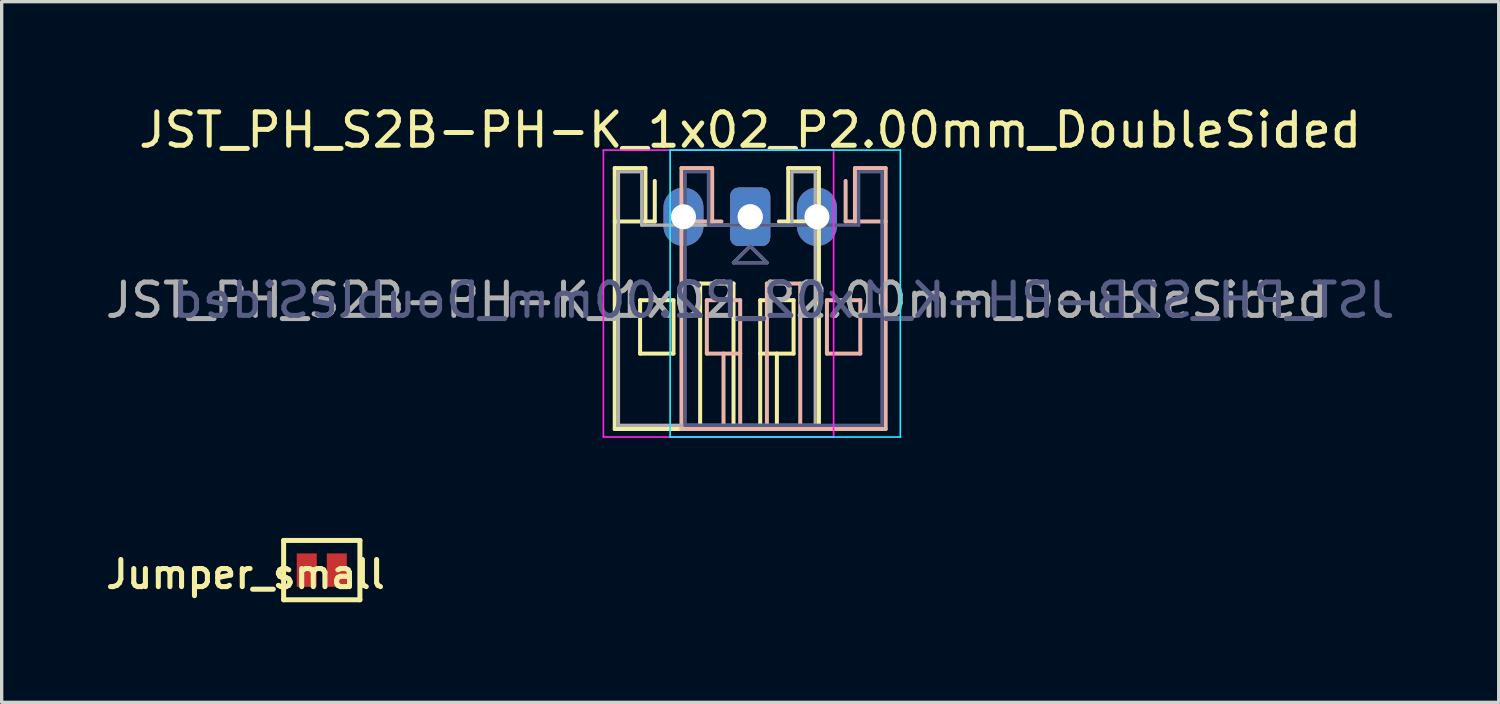
<source format=kicad_pcb>
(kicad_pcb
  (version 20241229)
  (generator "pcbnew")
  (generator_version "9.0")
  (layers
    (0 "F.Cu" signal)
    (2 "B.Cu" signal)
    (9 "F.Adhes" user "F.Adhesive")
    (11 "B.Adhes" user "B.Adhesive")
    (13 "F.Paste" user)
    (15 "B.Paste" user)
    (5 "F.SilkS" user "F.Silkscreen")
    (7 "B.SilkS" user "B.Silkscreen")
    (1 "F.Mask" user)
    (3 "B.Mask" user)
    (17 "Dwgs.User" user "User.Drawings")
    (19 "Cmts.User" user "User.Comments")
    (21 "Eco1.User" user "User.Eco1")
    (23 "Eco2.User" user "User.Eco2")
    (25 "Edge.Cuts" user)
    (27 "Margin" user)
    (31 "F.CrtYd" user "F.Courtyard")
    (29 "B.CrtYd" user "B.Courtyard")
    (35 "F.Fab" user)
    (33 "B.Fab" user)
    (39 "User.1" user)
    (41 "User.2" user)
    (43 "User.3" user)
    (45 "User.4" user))
  (footprint "Jumper_small"
    (layer "F.Cu")
    (at 6.594 14.037)
    (property "Reference" "Jumper_small" (at -2.286 0.127 0) (layer "F.SilkS") (effects (font (size 0.813 0.813) (thickness 0.152))))
    (attr smd)
    (fp_line (start -1.143 -0.889) (end 1.143 -0.889) (stroke (width 0.15) (type solid)) (layer "F.SilkS"))
    (fp_line (start -1.143 0.889) (end -1.143 -0.889) (stroke (width 0.15) (type solid)) (layer "F.SilkS"))
    (fp_line (start 1.143 -0.889) (end 1.143 0.889) (stroke (width 0.15) (type solid)) (layer "F.SilkS"))
    (fp_line (start 1.143 0.889) (end -1.143 0.889) (stroke (width 0.15) (type solid)) (layer "F.SilkS"))
    (pad "1" smd rect (at -0.45 0) (size 0.6 1) (layers "F.Cu" "F.Mask" "F.Paste"))
    (pad "2" smd rect (at 0.45 0) (size 0.6 1) (layers "F.Cu" "F.Mask" "F.Paste")))
  (footprint "JST_PH_S2B-PH-K_1x02_P2.00mm_DoubleSided"
    (layer "F.Cu")
    (at 19.435 3.348)
    (property "Reference" "JST_PH_S2B-PH-K_1x02_P2.00mm_DoubleSided" (at 0 -2.5 0) (layer "F.SilkS") (effects (font (size 1 1) (thickness 0.15))))
    (attr through_hole)
    (fp_line (start -4.06 -1.36) (end -4.06 6.46) (stroke (width 0.12) (type solid)) (layer "F.SilkS"))
    (fp_line (start -4.06 0.24) (end -3.14 0.24) (stroke (width 0.12) (type solid)) (layer "F.SilkS"))
    (fp_line (start -4.06 6.46) (end 2.06 6.46) (stroke (width 0.12) (type solid)) (layer "F.SilkS"))
    (fp_line (start -3.3 2.6) (end -3.3 4.2) (stroke (width 0.12) (type solid)) (layer "F.SilkS"))
    (fp_line (start -3.3 4.2) (end -2.3 4.2) (stroke (width 0.12) (type solid)) (layer "F.SilkS"))
    (fp_line (start -3.14 -1.36) (end -4.06 -1.36) (stroke (width 0.12) (type solid)) (layer "F.SilkS"))
    (fp_line (start -3.14 0.24) (end -3.14 -1.36) (stroke (width 0.12) (type solid)) (layer "F.SilkS"))
    (fp_line (start -2.86 0.24) (end -3.14 0.24) (stroke (width 0.12) (type solid)) (layer "F.SilkS"))
    (fp_line (start -2.86 0.24) (end -2.86 -0.975) (stroke (width 0.12) (type solid)) (layer "F.SilkS"))
    (fp_line (start -2.3 2.6) (end -3.3 2.6) (stroke (width 0.12) (type solid)) (layer "F.SilkS"))
    (fp_line (start -2.3 4.2) (end -2.3 2.6) (stroke (width 0.12) (type solid)) (layer "F.SilkS"))
    (fp_line (start -1.5 2.1) (end -0.5 2.1) (stroke (width 0.12) (type solid)) (layer "F.SilkS"))
    (fp_line (start -1.5 6.46) (end -1.5 2.1) (stroke (width 0.12) (type solid)) (layer "F.SilkS"))
    (fp_line (start -0.5 2.1) (end -0.5 6.46) (stroke (width 0.12) (type solid)) (layer "F.SilkS"))
    (fp_line (start 0.3 2.6) (end 1.3 2.6) (stroke (width 0.12) (type solid)) (layer "F.SilkS"))
    (fp_line (start 0.3 4.2) (end 0.3 2.6) (stroke (width 0.12) (type solid)) (layer "F.SilkS"))
    (fp_line (start 0.3 4.2) (end 0.3 6.46) (stroke (width 0.12) (type solid)) (layer "F.SilkS"))
    (fp_line (start 0.8 4.2) (end 0.8 6.46) (stroke (width 0.12) (type solid)) (layer "F.SilkS"))
    (fp_line (start 1.14 -1.36) (end 1.14 0.24) (stroke (width 0.12) (type solid)) (layer "F.SilkS"))
    (fp_line (start 1.14 0.24) (end 0.86 0.24) (stroke (width 0.12) (type solid)) (layer "F.SilkS"))
    (fp_line (start 1.3 2.6) (end 1.3 4.2) (stroke (width 0.12) (type solid)) (layer "F.SilkS"))
    (fp_line (start 1.3 4.2) (end 0.3 4.2) (stroke (width 0.12) (type solid)) (layer "F.SilkS"))
    (fp_line (start 2.06 -1.36) (end 1.14 -1.36) (stroke (width 0.12) (type solid)) (layer "F.SilkS"))
    (fp_line (start 2.06 0.24) (end 1.14 0.24) (stroke (width 0.12) (type solid)) (layer "F.SilkS"))
    (fp_line (start 2.06 6.46) (end 2.06 -1.36) (stroke (width 0.12) (type solid)) (layer "F.SilkS"))
    (fp_line (start -2.06 -1.36) (end -1.14 -1.36) (stroke (width 0.12) (type solid)) (layer "B.SilkS"))
    (fp_line (start -2.06 0.24) (end -1.14 0.24) (stroke (width 0.12) (type solid)) (layer "B.SilkS"))
    (fp_line (start -2.06 6.46) (end -2.06 -1.36) (stroke (width 0.12) (type solid)) (layer "B.SilkS"))
    (fp_line (start -1.3 2.6) (end -1.3 4.2) (stroke (width 0.12) (type solid)) (layer "B.SilkS"))
    (fp_line (start -1.3 4.2) (end -0.3 4.2) (stroke (width 0.12) (type solid)) (layer "B.SilkS"))
    (fp_line (start -1.14 -1.36) (end -1.14 0.24) (stroke (width 0.12) (type solid)) (layer "B.SilkS"))
    (fp_line (start -1.14 0.24) (end -0.86 0.24) (stroke (width 0.12) (type solid)) (layer "B.SilkS"))
    (fp_line (start -0.8 4.2) (end -0.8 6.46) (stroke (width 0.12) (type solid)) (layer "B.SilkS"))
    (fp_line (start -0.3 2.6) (end -1.3 2.6) (stroke (width 0.12) (type solid)) (layer "B.SilkS"))
    (fp_line (start -0.3 4.2) (end -0.3 2.6) (stroke (width 0.12) (type solid)) (layer "B.SilkS"))
    (fp_line (start -0.3 4.2) (end -0.3 6.46) (stroke (width 0.12) (type solid)) (layer "B.SilkS"))
    (fp_line (start 0.5 2.1) (end 0.5 6.46) (stroke (width 0.12) (type solid)) (layer "B.SilkS"))
    (fp_line (start 1.5 2.1) (end 0.5 2.1) (stroke (width 0.12) (type solid)) (layer "B.SilkS"))
    (fp_line (start 1.5 6.46) (end 1.5 2.1) (stroke (width 0.12) (type solid)) (layer "B.SilkS"))
    (fp_line (start 2.3 2.6) (end 3.3 2.6) (stroke (width 0.12) (type solid)) (layer "B.SilkS"))
    (fp_line (start 2.3 4.2) (end 2.3 2.6) (stroke (width 0.12) (type solid)) (layer "B.SilkS"))
    (fp_line (start 2.86 0.24) (end 2.86 -0.975) (stroke (width 0.12) (type solid)) (layer "B.SilkS"))
    (fp_line (start 2.86 0.24) (end 3.14 0.24) (stroke (width 0.12) (type solid)) (layer "B.SilkS"))
    (fp_line (start 3.14 -1.36) (end 4.06 -1.36) (stroke (width 0.12) (type solid)) (layer "B.SilkS"))
    (fp_line (start 3.14 0.24) (end 3.14 -1.36) (stroke (width 0.12) (type solid)) (layer "B.SilkS"))
    (fp_line (start 3.3 2.6) (end 3.3 4.2) (stroke (width 0.12) (type solid)) (layer "B.SilkS"))
    (fp_line (start 3.3 4.2) (end 2.3 4.2) (stroke (width 0.12) (type solid)) (layer "B.SilkS"))
    (fp_line (start 4.06 -1.36) (end 4.06 6.46) (stroke (width 0.12) (type solid)) (layer "B.SilkS"))
    (fp_line (start 4.06 0.24) (end 3.14 0.24) (stroke (width 0.12) (type solid)) (layer "B.SilkS"))
    (fp_line (start 4.06 6.46) (end -2.06 6.46) (stroke (width 0.12) (type solid)) (layer "B.SilkS"))
    (fp_line (start -2.4 -1.9) (end -2.4 6.7) (stroke (width 0.05) (type solid)) (layer "B.CrtYd"))
    (fp_line (start -2.4 6.7) (end 4.5 6.7) (stroke (width 0.05) (type solid)) (layer "B.CrtYd"))
    (fp_line (start 4.5 -1.9) (end -2.4 -1.9) (stroke (width 0.05) (type solid)) (layer "B.CrtYd"))
    (fp_line (start 4.5 6.7) (end 4.5 -1.9) (stroke (width 0.05) (type solid)) (layer "B.CrtYd"))
    (fp_line (start -4.4 -1.9) (end -4.4 6.7) (stroke (width 0.05) (type solid)) (layer "F.CrtYd"))
    (fp_line (start -4.4 6.7) (end 2.5 6.7) (stroke (width 0.05) (type solid)) (layer "F.CrtYd"))
    (fp_line (start 2.5 -1.9) (end -4.4 -1.9) (stroke (width 0.05) (type solid)) (layer "F.CrtYd"))
    (fp_line (start 2.5 6.7) (end 2.5 -1.9) (stroke (width 0.05) (type solid)) (layer "F.CrtYd"))
    (fp_line (start -1.95 -1.25) (end -1.25 -1.25) (stroke (width 0.1) (type solid)) (layer "B.Fab"))
    (fp_line (start -1.95 6.35) (end -1.95 -1.25) (stroke (width 0.1) (type solid)) (layer "B.Fab"))
    (fp_line (start -1.25 -1.25) (end -1.25 0.35) (stroke (width 0.1) (type solid)) (layer "B.Fab"))
    (fp_line (start -1.25 0.35) (end 3.25 0.35) (stroke (width 0.1) (type solid)) (layer "B.Fab"))
    (fp_line (start -0.5 1.475) (end 0 0.975) (stroke (width 0.1) (type solid)) (layer "B.Fab"))
    (fp_line (start 0 0.975) (end 0.5 1.475) (stroke (width 0.1) (type solid)) (layer "B.Fab"))
    (fp_line (start 0.5 1.475) (end -0.5 1.475) (stroke (width 0.1) (type solid)) (layer "B.Fab"))
    (fp_line (start 3.25 -1.25) (end 3.95 -1.25) (stroke (width 0.1) (type solid)) (layer "B.Fab"))
    (fp_line (start 3.25 0.35) (end 3.25 -1.25) (stroke (width 0.1) (type solid)) (layer "B.Fab"))
    (fp_line (start 3.95 -1.25) (end 3.95 6.35) (stroke (width 0.1) (type solid)) (layer "B.Fab"))
    (fp_line (start 3.95 6.35) (end -1.95 6.35) (stroke (width 0.1) (type solid)) (layer "B.Fab"))
    (fp_line (start -3.95 -1.25) (end -3.95 6.35) (stroke (width 0.1) (type solid)) (layer "F.Fab"))
    (fp_line (start -3.95 6.35) (end 1.95 6.35) (stroke (width 0.1) (type solid)) (layer "F.Fab"))
    (fp_line (start -3.25 -1.25) (end -3.95 -1.25) (stroke (width 0.1) (type solid)) (layer "F.Fab"))
    (fp_line (start -3.25 0.35) (end -3.25 -1.25) (stroke (width 0.1) (type solid)) (layer "F.Fab"))
    (fp_line (start -0.5 1.475) (end 0.5 1.475) (stroke (width 0.1) (type solid)) (layer "F.Fab"))
    (fp_line (start 0 0.975) (end -0.5 1.475) (stroke (width 0.1) (type solid)) (layer "F.Fab"))
    (fp_line (start 0.5 1.475) (end 0 0.975) (stroke (width 0.1) (type solid)) (layer "F.Fab"))
    (fp_line (start 1.25 -1.25) (end 1.25 0.35) (stroke (width 0.1) (type solid)) (layer "F.Fab"))
    (fp_line (start 1.25 0.35) (end -3.25 0.35) (stroke (width 0.1) (type solid)) (layer "F.Fab"))
    (fp_line (start 1.95 -1.25) (end 1.25 -1.25) (stroke (width 0.1) (type solid)) (layer "F.Fab"))
    (fp_line (start 1.95 6.35) (end 1.95 -1.25) (stroke (width 0.1) (type solid)) (layer "F.Fab"))
    (fp_text user "${REFERENCE}" (at 1 2.6 0) (layer "B.Fab") (effects (font (size 1 1) (thickness 0.15)) (justify mirror)))
    (fp_text user "${REFERENCE}" (at -1 2.6 0) (layer "F.Fab") (effects (font (size 1 1) (thickness 0.15))))
    (pad "1" thru_hole roundrect (at 0 0.1) (size 1.2 1.75) (drill 0.75) (layers "*.Cu" "*.Mask") (roundrect_rratio 0.208))
    (pad "1" thru_hole roundrect (at 0 0.1) (size 1.2 1.75) (drill 0.75) (layers "*.Cu" "*.Mask") (roundrect_rratio 0.208))
    (pad "2" thru_hole oval (at -2 0.1) (size 1.2 1.75) (drill 0.75) (layers "*.Cu" "*.Mask"))
    (pad "2" thru_hole oval (at 2 0.1) (size 1.2 1.75) (drill 0.75) (layers "*.Cu" "*.Mask")))
  (gr_rect
    (start -3 -3)
    (end 41.869 18.001)
    (stroke (width 0.1) (type default))
    (fill no)
    (layer "Edge.Cuts")))
</source>
